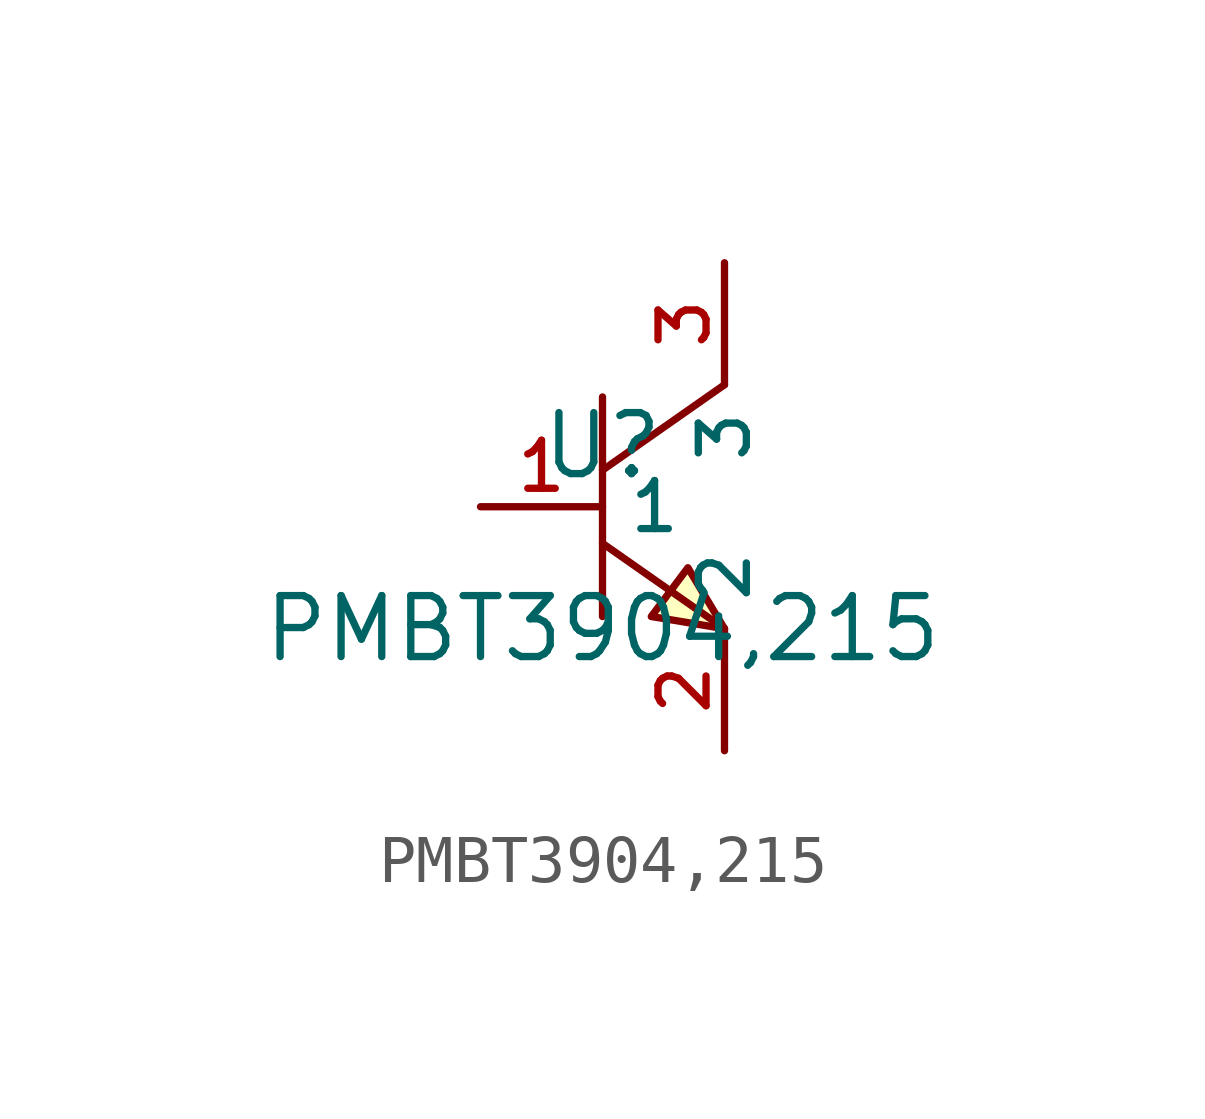
<source format=kicad_sym>
(kicad_symbol_lib
  (version 20210201)
  (generator TousstNicolas/JLC2KiCad_lib)
  (symbol "PMBT3904,215"
    (property "Reference" "U"
      (at 0 1.27 0)
      (effects (font (size 1.27 1.27))))
    (property "Value" "PMBT3904,215"
      (at 0 -2.54 0)
      (effects (font (size 1.27 1.27))))
    (symbol "PMBT3904,215_0_1"
      (pin input line (at -2.54 -0.0 0) (length 2.54) (name "1" (effects (font (size 1 1)))) (number "1" (effects (font (size 1 1)))))
      (pin input line (at 2.54 5.08 270) (length 2.54) (name "3" (effects (font (size 1 1)))) (number "3" (effects (font (size 1 1)))))
      (pin input line (at 2.54 -5.08 90) (length 2.54) (name "2" (effects (font (size 1 1)))) (number "2" (effects (font (size 1 1)))))
      (polyline (pts (xy 2.54 2.54) (xy 0.0 0.762)) (stroke (width 0) (type default) (color 0 0 0 0)) (fill (type none)))
      (polyline (pts (xy 0.0 -0.762) (xy 2.54 -2.54)) (stroke (width 0) (type default) (color 0 0 0 0)) (fill (type none)))
      (polyline (pts (xy 0.0 2.286) (xy 0.0 -2.286)) (stroke (width 0) (type default) (color 0 0 0 0)) (fill (type none)))
      (polyline (pts (xy 2.54 -2.54) (xy 1.778 -1.27) (xy 1.016 -2.286) (xy 2.54 -2.54)) (stroke (width 0) (type default) (color 0 0 0 0)) (fill (type background))))))
</source>
